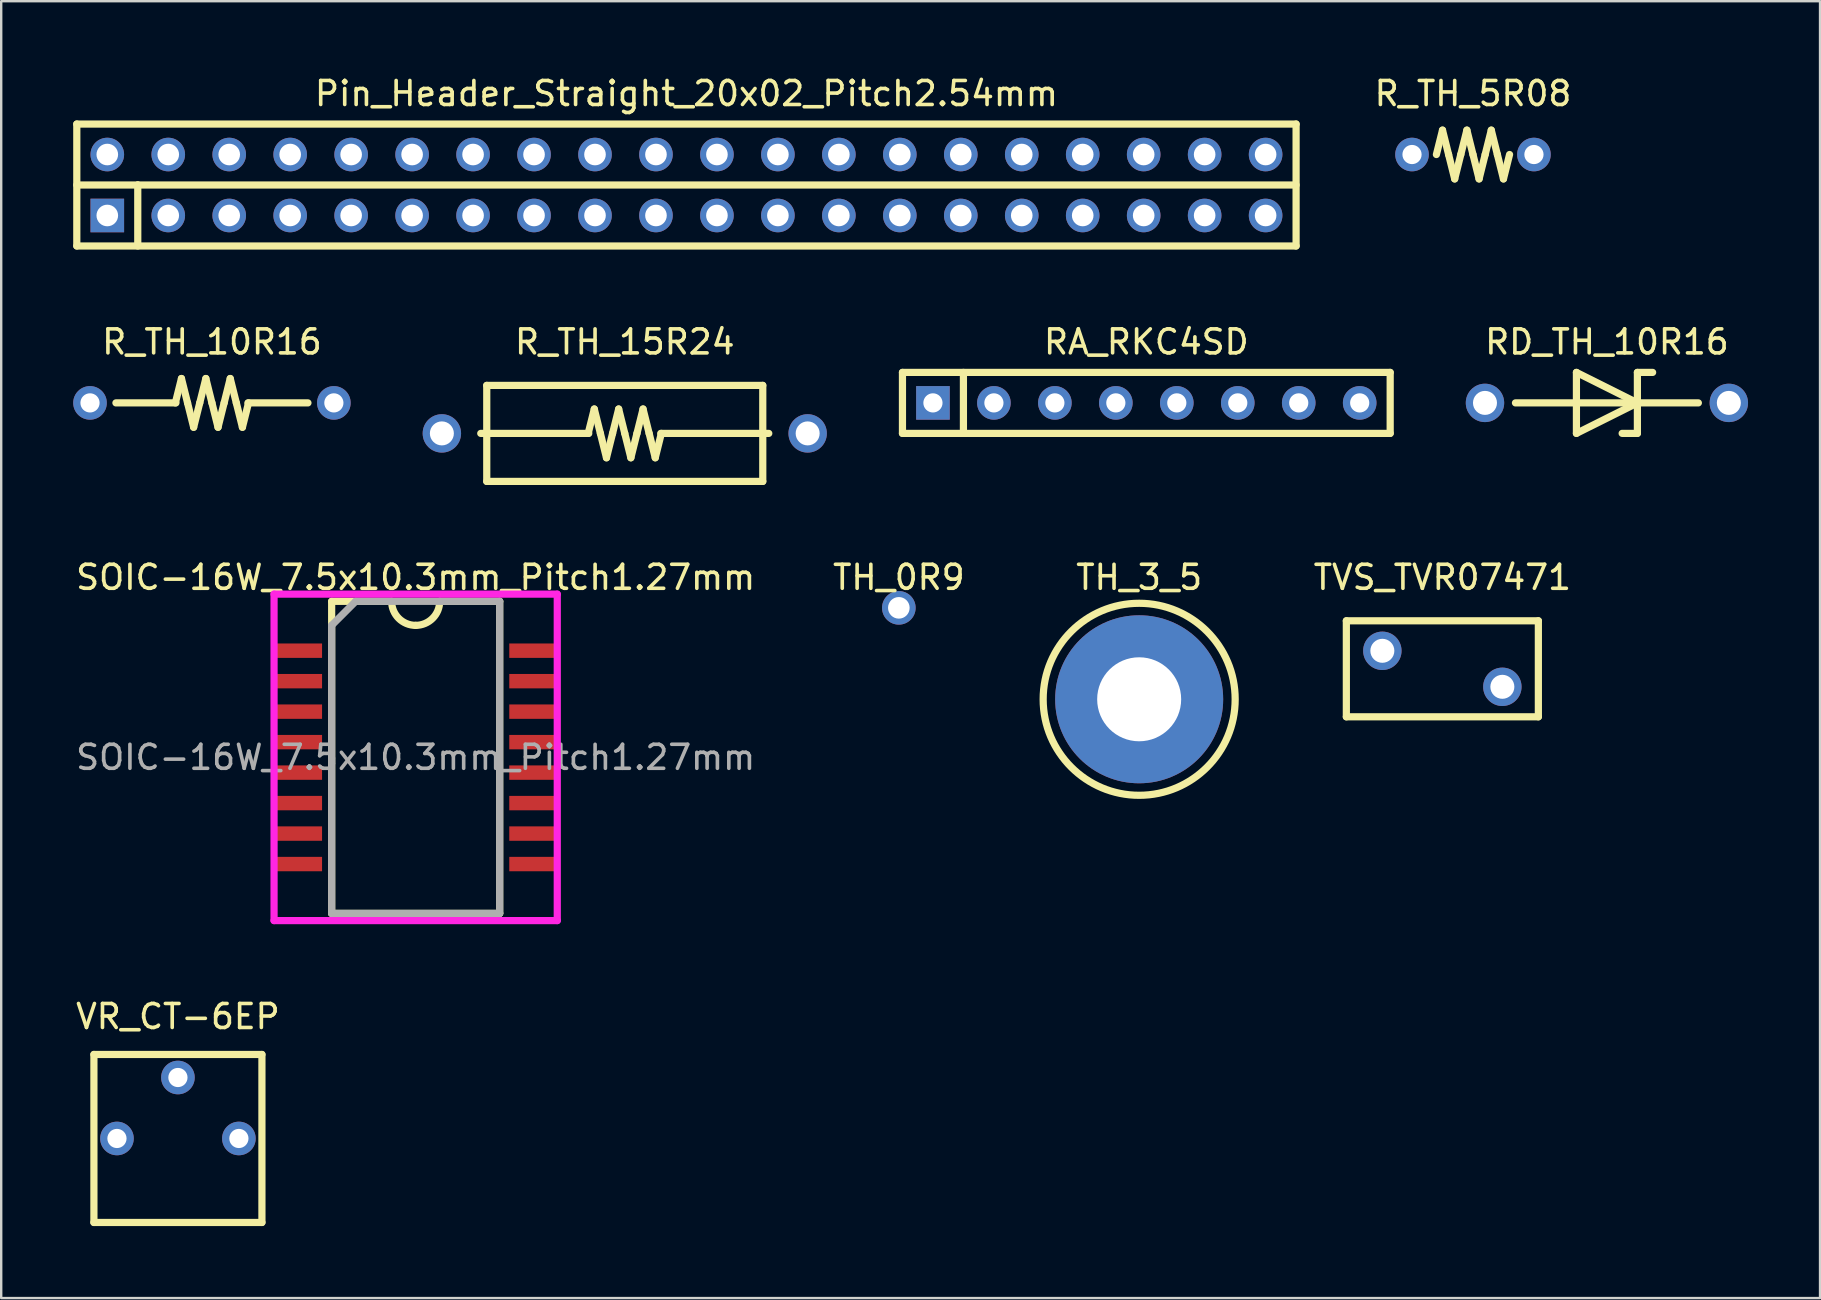
<source format=kicad_pcb>
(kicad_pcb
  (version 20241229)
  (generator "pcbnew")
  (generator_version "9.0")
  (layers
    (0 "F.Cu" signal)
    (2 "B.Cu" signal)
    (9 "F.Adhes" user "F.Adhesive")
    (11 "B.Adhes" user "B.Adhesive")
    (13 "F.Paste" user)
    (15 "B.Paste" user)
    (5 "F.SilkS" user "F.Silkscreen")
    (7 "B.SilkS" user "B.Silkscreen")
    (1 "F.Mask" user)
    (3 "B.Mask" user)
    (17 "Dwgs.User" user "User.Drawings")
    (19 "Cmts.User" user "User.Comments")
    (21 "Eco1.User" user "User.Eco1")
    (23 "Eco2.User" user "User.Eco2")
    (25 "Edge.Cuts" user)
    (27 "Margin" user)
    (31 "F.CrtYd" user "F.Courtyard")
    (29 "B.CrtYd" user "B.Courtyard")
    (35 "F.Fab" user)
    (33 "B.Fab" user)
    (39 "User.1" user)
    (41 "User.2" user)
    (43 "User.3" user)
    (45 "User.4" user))
  (footprint "R_TH_10R16"
    (layer "F.Cu")
    (at 5.78 13.736)
    (property "Reference" "R_TH_10R16" (at 0 -2.54 0) (layer "F.SilkS") (effects (font (size 1 1) (thickness 0.15))))
    (attr through_hole)
    (fp_line (start -1.524 0) (end -1.27 -1.016) (stroke (width 0.3) (type solid)) (layer "F.SilkS"))
    (fp_line (start -1.5 0) (end -4 0) (stroke (width 0.3) (type solid)) (layer "F.SilkS"))
    (fp_line (start -1.27 -1.016) (end -1.016 0) (stroke (width 0.3) (type solid)) (layer "F.SilkS"))
    (fp_line (start -1.016 0) (end -0.762 1.016) (stroke (width 0.3) (type solid)) (layer "F.SilkS"))
    (fp_line (start -0.762 1.016) (end -0.508 0) (stroke (width 0.3) (type solid)) (layer "F.SilkS"))
    (fp_line (start -0.508 0) (end -0.254 -1.016) (stroke (width 0.3) (type solid)) (layer "F.SilkS"))
    (fp_line (start -0.254 -1.016) (end 0 0) (stroke (width 0.3) (type solid)) (layer "F.SilkS"))
    (fp_line (start 0 0) (end 0.254 1.016) (stroke (width 0.3) (type solid)) (layer "F.SilkS"))
    (fp_line (start 0.254 1.016) (end 0.508 0) (stroke (width 0.3) (type solid)) (layer "F.SilkS"))
    (fp_line (start 0.508 0) (end 0.762 -1.016) (stroke (width 0.3) (type solid)) (layer "F.SilkS"))
    (fp_line (start 0.762 -1.016) (end 1.016 0) (stroke (width 0.3) (type solid)) (layer "F.SilkS"))
    (fp_line (start 1.016 0) (end 1.27 1.016) (stroke (width 0.3) (type solid)) (layer "F.SilkS"))
    (fp_line (start 1.27 1.016) (end 1.524 0) (stroke (width 0.3) (type solid)) (layer "F.SilkS"))
    (fp_line (start 4 0) (end 1.5 0) (stroke (width 0.3) (type solid)) (layer "F.SilkS"))
    (pad "1" thru_hole circle (at -5.08 0) (size 1.4 1.4) (drill 0.8) (layers "*.Cu" "*.Mask"))
    (pad "2" thru_hole circle (at 5.08 0) (size 1.4 1.4) (drill 0.8) (layers "*.Cu" "*.Mask")))
  (footprint "R_TH_15R24"
    (layer "F.Cu")
    (at 22.98 15.007)
    (property "Reference" "R_TH_15R24" (at 0 -3.81 0) (layer "F.SilkS") (effects (font (size 1 1) (thickness 0.15))))
    (attr through_hole)
    (fp_line (start -5.75 -2) (end -5.75 2) (stroke (width 0.3) (type solid)) (layer "F.SilkS"))
    (fp_line (start -5.75 2) (end 5.75 2) (stroke (width 0.3) (type solid)) (layer "F.SilkS"))
    (fp_line (start -1.524 0) (end -1.27 -1.016) (stroke (width 0.3) (type solid)) (layer "F.SilkS"))
    (fp_line (start -1.5 0) (end -6 0) (stroke (width 0.3) (type solid)) (layer "F.SilkS"))
    (fp_line (start -1.27 -1.016) (end -1.016 0) (stroke (width 0.3) (type solid)) (layer "F.SilkS"))
    (fp_line (start -1.016 0) (end -0.762 1.016) (stroke (width 0.3) (type solid)) (layer "F.SilkS"))
    (fp_line (start -0.762 1.016) (end -0.508 0) (stroke (width 0.3) (type solid)) (layer "F.SilkS"))
    (fp_line (start -0.508 0) (end -0.254 -1.016) (stroke (width 0.3) (type solid)) (layer "F.SilkS"))
    (fp_line (start -0.254 -1.016) (end 0 0) (stroke (width 0.3) (type solid)) (layer "F.SilkS"))
    (fp_line (start 0 0) (end 0.254 1.016) (stroke (width 0.3) (type solid)) (layer "F.SilkS"))
    (fp_line (start 0.254 1.016) (end 0.508 0) (stroke (width 0.3) (type solid)) (layer "F.SilkS"))
    (fp_line (start 0.508 0) (end 0.762 -1.016) (stroke (width 0.3) (type solid)) (layer "F.SilkS"))
    (fp_line (start 0.762 -1.016) (end 1.016 0) (stroke (width 0.3) (type solid)) (layer "F.SilkS"))
    (fp_line (start 1.016 0) (end 1.27 1.016) (stroke (width 0.3) (type solid)) (layer "F.SilkS"))
    (fp_line (start 1.27 1.016) (end 1.524 0) (stroke (width 0.3) (type solid)) (layer "F.SilkS"))
    (fp_line (start 5.75 -2) (end -5.75 -2) (stroke (width 0.3) (type solid)) (layer "F.SilkS"))
    (fp_line (start 5.75 2) (end 5.75 -2) (stroke (width 0.3) (type solid)) (layer "F.SilkS"))
    (fp_line (start 6 0) (end 1.5 0) (stroke (width 0.3) (type solid)) (layer "F.SilkS"))
    (pad "1" thru_hole circle (at -7.62 0) (size 1.6 1.6) (drill 1) (layers "*.Cu" "*.Mask"))
    (pad "2" thru_hole circle (at 7.62 0) (size 1.6 1.6) (drill 1) (layers "*.Cu" "*.Mask")))
  (footprint "RD_TH_10R16"
    (layer "F.Cu")
    (at 63.9 13.736)
    (property "Reference" "RD_TH_10R16" (at 0 -2.54 0) (layer "F.SilkS") (effects (font (size 1 1) (thickness 0.15))))
    (attr through_hole)
    (fp_line (start -3.81 0) (end 3.81 0) (stroke (width 0.3) (type solid)) (layer "F.SilkS"))
    (fp_line (start -1.27 -1.27) (end -1.27 1.27) (stroke (width 0.3) (type solid)) (layer "F.SilkS"))
    (fp_line (start -1.27 1.27) (end 1.27 0) (stroke (width 0.3) (type solid)) (layer "F.SilkS"))
    (fp_line (start 1.27 -1.27) (end 1.905 -1.27) (stroke (width 0.3) (type solid)) (layer "F.SilkS"))
    (fp_line (start 1.27 0) (end -1.27 -1.27) (stroke (width 0.3) (type solid)) (layer "F.SilkS"))
    (fp_line (start 1.27 1.27) (end 0.635 1.27) (stroke (width 0.3) (type solid)) (layer "F.SilkS"))
    (fp_line (start 1.27 1.27) (end 1.27 -1.27) (stroke (width 0.3) (type solid)) (layer "F.SilkS"))
    (pad "1" thru_hole circle (at -5.08 0) (size 1.6 1.6) (drill 1) (layers "*.Cu" "*.Mask"))
    (pad "2" thru_hole circle (at 5.08 0) (size 1.6 1.6) (drill 1) (layers "*.Cu" "*.Mask")))
  (footprint "VR_CT-6EP"
    (layer "F.Cu")
    (at 4.363 44.383)
    (property "Reference" "VR_CT-6EP" (at 0 -5.08 0) (layer "F.SilkS") (effects (font (size 1 1) (thickness 0.15))))
    (attr through_hole)
    (fp_line (start -3.5 -3.5) (end -3.5 3.5) (stroke (width 0.3) (type solid)) (layer "F.SilkS"))
    (fp_line (start -3.5 3.5) (end 3.5 3.5) (stroke (width 0.3) (type solid)) (layer "F.SilkS"))
    (fp_line (start 3.5 -3.5) (end -3.5 -3.5) (stroke (width 0.3) (type solid)) (layer "F.SilkS"))
    (fp_line (start 3.5 3.5) (end 3.5 -3.5) (stroke (width 0.3) (type solid)) (layer "F.SilkS"))
    (pad "1" thru_hole circle (at -2.54 0) (size 1.4 1.4) (drill 0.8) (layers "*.Cu" "*.Mask"))
    (pad "2" thru_hole circle (at 0 -2.54) (size 1.4 1.4) (drill 0.8) (layers "*.Cu" "*.Mask"))
    (pad "3" thru_hole circle (at 2.54 0) (size 1.4 1.4) (drill 0.8) (layers "*.Cu" "*.Mask")))
  (footprint "TH_0R9"
    (layer "F.Cu")
    (at 34.399 22.275)
    (property "Reference" "TH_0R9" (at 0 -1.27 0) (layer "F.SilkS") (effects (font (size 1 1) (thickness 0.15))))
    (attr through_hole)
    (pad "1" thru_hole circle (at 0 0) (size 1.4 1.4) (drill 0.9) (layers "*.Cu" "*.Mask")))
  (footprint "R_TH_5R08"
    (layer "F.Cu")
    (at 58.32 3.388)
    (property "Reference" "R_TH_5R08" (at 0 -2.54 0) (layer "F.SilkS") (effects (font (size 1 1) (thickness 0.15))))
    (attr through_hole)
    (fp_line (start -1.524 0) (end -1.27 -1.016) (stroke (width 0.3) (type solid)) (layer "F.SilkS"))
    (fp_line (start -1.27 -1.016) (end -1.016 0) (stroke (width 0.3) (type solid)) (layer "F.SilkS"))
    (fp_line (start -1.016 0) (end -0.762 1.016) (stroke (width 0.3) (type solid)) (layer "F.SilkS"))
    (fp_line (start -0.762 1.016) (end -0.508 0) (stroke (width 0.3) (type solid)) (layer "F.SilkS"))
    (fp_line (start -0.508 0) (end -0.254 -1.016) (stroke (width 0.3) (type solid)) (layer "F.SilkS"))
    (fp_line (start -0.254 -1.016) (end 0 0) (stroke (width 0.3) (type solid)) (layer "F.SilkS"))
    (fp_line (start 0 0) (end 0.254 1.016) (stroke (width 0.3) (type solid)) (layer "F.SilkS"))
    (fp_line (start 0.254 1.016) (end 0.508 0) (stroke (width 0.3) (type solid)) (layer "F.SilkS"))
    (fp_line (start 0.508 0) (end 0.762 -1.016) (stroke (width 0.3) (type solid)) (layer "F.SilkS"))
    (fp_line (start 0.762 -1.016) (end 1.016 0) (stroke (width 0.3) (type solid)) (layer "F.SilkS"))
    (fp_line (start 1.016 0) (end 1.27 1.016) (stroke (width 0.3) (type solid)) (layer "F.SilkS"))
    (fp_line (start 1.27 1.016) (end 1.524 0) (stroke (width 0.3) (type solid)) (layer "F.SilkS"))
    (pad "1" thru_hole circle (at -2.54 0) (size 1.4 1.4) (drill 0.8) (layers "*.Cu" "*.Mask"))
    (pad "2" thru_hole circle (at 2.54 0) (size 1.4 1.4) (drill 0.8) (layers "*.Cu" "*.Mask")))
  (footprint "SOIC-16W_7.5x10.3mm_Pitch1.27mm"
    (layer "F.Cu")
    (at 14.268 28.505)
    (property "Reference" "SOIC-16W_7.5x10.3mm_Pitch1.27mm" (at 0 -7.5 0) (layer "F.SilkS") (effects (font (size 1 1) (thickness 0.15))))
    (attr smd)
    (fp_line (start -3.5 -6.5) (end -3.5 6.5) (stroke (width 0.3) (type solid)) (layer "F.SilkS"))
    (fp_line (start -3.5 6.5) (end 3.5 6.5) (stroke (width 0.3) (type solid)) (layer "F.SilkS"))
    (fp_line (start -1 -6.5) (end -3.5 -6.5) (stroke (width 0.3) (type solid)) (layer "F.SilkS"))
    (fp_line (start 3.5 -6.5) (end 1 -6.5) (stroke (width 0.3) (type solid)) (layer "F.SilkS"))
    (fp_line (start 3.5 6.5) (end 3.5 -6.5) (stroke (width 0.3) (type solid)) (layer "F.SilkS"))
    (fp_arc (start 0 -5.5) (mid -0.707107 -5.792893) (end -1 -6.5) (stroke (width 0.3) (type solid)) (layer "F.SilkS"))
    (fp_arc (start 1 -6.5) (mid 0.707107 -5.792893) (end 0 -5.5) (stroke (width 0.3) (type solid)) (layer "F.SilkS"))
    (fp_line (start -5.9 -6.8) (end -5.9 6.8) (stroke (width 0.3) (type solid)) (layer "F.CrtYd"))
    (fp_line (start -5.9 -6.8) (end 5.9 -6.8) (stroke (width 0.3) (type solid)) (layer "F.CrtYd"))
    (fp_line (start -5.9 6.8) (end 5.9 6.8) (stroke (width 0.3) (type solid)) (layer "F.CrtYd"))
    (fp_line (start 5.9 -6.8) (end 5.9 6.8) (stroke (width 0.3) (type solid)) (layer "F.CrtYd"))
    (fp_line (start -3.5 -5.5) (end -2.5 -6.5) (stroke (width 0.3) (type solid)) (layer "F.Fab"))
    (fp_line (start -3.5 6.5) (end -3.5 -5.5) (stroke (width 0.3) (type solid)) (layer "F.Fab"))
    (fp_line (start -2.5 -6.5) (end 3.5 -6.5) (stroke (width 0.3) (type solid)) (layer "F.Fab"))
    (fp_line (start 3.5 -6.5) (end 3.5 6.5) (stroke (width 0.3) (type solid)) (layer "F.Fab"))
    (fp_line (start 3.5 6.5) (end -3.5 6.5) (stroke (width 0.3) (type solid)) (layer "F.Fab"))
    (fp_text user "${REFERENCE}" (at 0 0 0) (layer "F.Fab") (effects (font (size 1 1) (thickness 0.15))))
    (pad "1" smd rect (at -4.9 -4.445) (size 2 0.6) (layers "F.Cu" "F.Mask" "F.Paste"))
    (pad "2" smd rect (at -4.9 -3.175) (size 2 0.6) (layers "F.Cu" "F.Mask" "F.Paste"))
    (pad "3" smd rect (at -4.9 -1.905) (size 2 0.6) (layers "F.Cu" "F.Mask" "F.Paste"))
    (pad "4" smd rect (at -4.9 -0.635) (size 2 0.6) (layers "F.Cu" "F.Mask" "F.Paste"))
    (pad "5" smd rect (at -4.9 0.635) (size 2 0.6) (layers "F.Cu" "F.Mask" "F.Paste"))
    (pad "6" smd rect (at -4.9 1.905) (size 2 0.6) (layers "F.Cu" "F.Mask" "F.Paste"))
    (pad "7" smd rect (at -4.9 3.175) (size 2 0.6) (layers "F.Cu" "F.Mask" "F.Paste"))
    (pad "8" smd rect (at -4.9 4.445) (size 2 0.6) (layers "F.Cu" "F.Mask" "F.Paste"))
    (pad "9" smd rect (at 4.9 4.445) (size 2 0.6) (layers "F.Cu" "F.Mask" "F.Paste"))
    (pad "10" smd rect (at 4.9 3.175) (size 2 0.6) (layers "F.Cu" "F.Mask" "F.Paste"))
    (pad "11" smd rect (at 4.9 1.905) (size 2 0.6) (layers "F.Cu" "F.Mask" "F.Paste"))
    (pad "12" smd rect (at 4.9 0.635) (size 2 0.6) (layers "F.Cu" "F.Mask" "F.Paste"))
    (pad "13" smd rect (at 4.9 -0.635) (size 2 0.6) (layers "F.Cu" "F.Mask" "F.Paste"))
    (pad "14" smd rect (at 4.9 -1.905) (size 2 0.6) (layers "F.Cu" "F.Mask" "F.Paste"))
    (pad "15" smd rect (at 4.9 -3.175) (size 2 0.6) (layers "F.Cu" "F.Mask" "F.Paste"))
    (pad "16" smd rect (at 4.9 -4.445) (size 2 0.6) (layers "F.Cu" "F.Mask" "F.Paste")))
  (footprint "TVS_TVR07471"
    (layer "F.Cu")
    (at 57.044 24.815)
    (property "Reference" "TVS_TVR07471" (at 0 -3.81 0) (layer "F.SilkS") (effects (font (size 1 1) (thickness 0.15))))
    (attr through_hole)
    (fp_line (start -4 -2) (end -4 2) (stroke (width 0.3) (type solid)) (layer "F.SilkS"))
    (fp_line (start -4 2) (end 4 2) (stroke (width 0.3) (type solid)) (layer "F.SilkS"))
    (fp_line (start 4 -2) (end -4 -2) (stroke (width 0.3) (type solid)) (layer "F.SilkS"))
    (fp_line (start 4 2) (end 4 -2) (stroke (width 0.3) (type solid)) (layer "F.SilkS"))
    (pad "1" thru_hole circle (at -2.5 -0.75) (size 1.6 1.6) (drill 1) (layers "*.Cu" "*.Mask"))
    (pad "2" thru_hole circle (at 2.5 0.75) (size 1.6 1.6) (drill 1) (layers "*.Cu" "*.Mask")))
  (footprint "TH_3_5"
    (layer "F.Cu")
    (at 44.412 26.085)
    (property "Reference" "TH_3_5" (at 0 -5.08 0) (layer "F.SilkS") (effects (font (size 1 1) (thickness 0.15))))
    (attr through_hole)
    (fp_circle (center 0 0) (end 4 0) (stroke (width 0.3) (type solid)) (fill no) (layer "F.SilkS"))
    (pad "1" thru_hole circle (at 0 0) (size 7 7) (drill 3.5) (layers "*.Cu" "*.Mask")))
  (footprint "RA_RKC4SD"
    (layer "F.Cu")
    (at 44.71 13.736)
    (property "Reference" "RA_RKC4SD" (at 0 -2.54 0) (layer "F.SilkS") (effects (font (size 1 1) (thickness 0.15))))
    (attr through_hole)
    (fp_line (start -10.16 -1.27) (end -10.16 1.27) (stroke (width 0.3) (type solid)) (layer "F.SilkS"))
    (fp_line (start -10.16 1.27) (end 10.16 1.27) (stroke (width 0.3) (type solid)) (layer "F.SilkS"))
    (fp_line (start -7.62 1.27) (end -7.62 -1.27) (stroke (width 0.3) (type solid)) (layer "F.SilkS"))
    (fp_line (start 10.16 -1.27) (end -10.16 -1.27) (stroke (width 0.3) (type solid)) (layer "F.SilkS"))
    (fp_line (start 10.16 1.27) (end 10.16 -1.27) (stroke (width 0.3) (type solid)) (layer "F.SilkS"))
    (pad "1" thru_hole rect (at -8.89 0) (size 1.4 1.4) (drill 0.8) (layers "*.Cu" "*.Mask"))
    (pad "2" thru_hole circle (at -6.35 0) (size 1.4 1.4) (drill 0.8) (layers "*.Cu" "*.Mask"))
    (pad "3" thru_hole circle (at -3.81 0) (size 1.4 1.4) (drill 0.8) (layers "*.Cu" "*.Mask"))
    (pad "4" thru_hole circle (at -1.27 0) (size 1.4 1.4) (drill 0.8) (layers "*.Cu" "*.Mask"))
    (pad "5" thru_hole circle (at 1.27 0) (size 1.4 1.4) (drill 0.8) (layers "*.Cu" "*.Mask"))
    (pad "6" thru_hole circle (at 3.81 0) (size 1.4 1.4) (drill 0.8) (layers "*.Cu" "*.Mask"))
    (pad "7" thru_hole circle (at 6.35 0) (size 1.4 1.4) (drill 0.8) (layers "*.Cu" "*.Mask"))
    (pad "8" thru_hole circle (at 8.89 0) (size 1.4 1.4) (drill 0.8) (layers "*.Cu" "*.Mask")))
  (footprint "Pin_Header_Straight_20x02_Pitch2.54mm"
    (layer "F.Cu")
    (at 25.55 4.658)
    (property "Reference" "Pin_Header_Straight_20x02_Pitch2.54mm" (at 0 -3.81 0) (layer "F.SilkS") (effects (font (size 1 1) (thickness 0.15))))
    (attr through_hole)
    (fp_line (start -25.4 -2.54) (end -25.4 2.54) (stroke (width 0.3) (type solid)) (layer "F.SilkS"))
    (fp_line (start -25.4 0) (end -22.86 0) (stroke (width 0.3) (type solid)) (layer "F.SilkS"))
    (fp_line (start -25.4 2.54) (end 25.4 2.54) (stroke (width 0.3) (type solid)) (layer "F.SilkS"))
    (fp_line (start -22.86 0) (end -22.86 2.54) (stroke (width 0.3) (type solid)) (layer "F.SilkS"))
    (fp_line (start -22.86 0) (end 25.4 0) (stroke (width 0.3) (type solid)) (layer "F.SilkS"))
    (fp_line (start 25.4 -2.54) (end -25.4 -2.54) (stroke (width 0.3) (type solid)) (layer "F.SilkS"))
    (fp_line (start 25.4 2.54) (end 25.4 -2.54) (stroke (width 0.3) (type solid)) (layer "F.SilkS"))
    (pad "1" thru_hole rect (at -24.13 1.27) (size 1.4 1.4) (drill 0.9) (layers "*.Cu" "*.Mask"))
    (pad "2" thru_hole circle (at -24.13 -1.27) (size 1.4 1.4) (drill 0.9) (layers "*.Cu" "*.Mask"))
    (pad "3" thru_hole circle (at -21.59 1.27) (size 1.4 1.4) (drill 0.9) (layers "*.Cu" "*.Mask"))
    (pad "4" thru_hole circle (at -21.59 -1.27) (size 1.4 1.4) (drill 0.9) (layers "*.Cu" "*.Mask"))
    (pad "5" thru_hole circle (at -19.05 1.27) (size 1.4 1.4) (drill 0.9) (layers "*.Cu" "*.Mask"))
    (pad "6" thru_hole circle (at -19.05 -1.27) (size 1.4 1.4) (drill 0.9) (layers "*.Cu" "*.Mask"))
    (pad "7" thru_hole circle (at -16.51 1.27) (size 1.4 1.4) (drill 0.9) (layers "*.Cu" "*.Mask"))
    (pad "8" thru_hole circle (at -16.51 -1.27) (size 1.4 1.4) (drill 0.9) (layers "*.Cu" "*.Mask"))
    (pad "9" thru_hole circle (at -13.97 1.27) (size 1.4 1.4) (drill 0.9) (layers "*.Cu" "*.Mask"))
    (pad "10" thru_hole circle (at -13.97 -1.27) (size 1.4 1.4) (drill 0.9) (layers "*.Cu" "*.Mask"))
    (pad "11" thru_hole circle (at -11.43 1.27) (size 1.4 1.4) (drill 0.9) (layers "*.Cu" "*.Mask"))
    (pad "12" thru_hole circle (at -11.43 -1.27) (size 1.4 1.4) (drill 0.9) (layers "*.Cu" "*.Mask"))
    (pad "13" thru_hole circle (at -8.89 1.27) (size 1.4 1.4) (drill 0.9) (layers "*.Cu" "*.Mask"))
    (pad "14" thru_hole circle (at -8.89 -1.27) (size 1.4 1.4) (drill 0.9) (layers "*.Cu" "*.Mask"))
    (pad "15" thru_hole circle (at -6.35 1.27) (size 1.4 1.4) (drill 0.9) (layers "*.Cu" "*.Mask"))
    (pad "16" thru_hole circle (at -6.35 -1.27) (size 1.4 1.4) (drill 0.9) (layers "*.Cu" "*.Mask"))
    (pad "17" thru_hole circle (at -3.81 1.27) (size 1.4 1.4) (drill 0.9) (layers "*.Cu" "*.Mask"))
    (pad "18" thru_hole circle (at -3.81 -1.27) (size 1.4 1.4) (drill 0.9) (layers "*.Cu" "*.Mask"))
    (pad "19" thru_hole circle (at -1.27 1.27) (size 1.4 1.4) (drill 0.9) (layers "*.Cu" "*.Mask"))
    (pad "20" thru_hole circle (at -1.27 -1.27) (size 1.4 1.4) (drill 0.9) (layers "*.Cu" "*.Mask"))
    (pad "21" thru_hole circle (at 1.27 1.27) (size 1.4 1.4) (drill 0.9) (layers "*.Cu" "*.Mask"))
    (pad "22" thru_hole circle (at 1.27 -1.27) (size 1.4 1.4) (drill 0.9) (layers "*.Cu" "*.Mask"))
    (pad "23" thru_hole circle (at 3.81 1.27) (size 1.4 1.4) (drill 0.9) (layers "*.Cu" "*.Mask"))
    (pad "24" thru_hole circle (at 3.81 -1.27) (size 1.4 1.4) (drill 0.9) (layers "*.Cu" "*.Mask"))
    (pad "25" thru_hole circle (at 6.35 1.27) (size 1.4 1.4) (drill 0.9) (layers "*.Cu" "*.Mask"))
    (pad "26" thru_hole circle (at 6.35 -1.27) (size 1.4 1.4) (drill 0.9) (layers "*.Cu" "*.Mask"))
    (pad "27" thru_hole circle (at 8.89 1.27) (size 1.4 1.4) (drill 0.9) (layers "*.Cu" "*.Mask"))
    (pad "28" thru_hole circle (at 8.89 -1.27) (size 1.4 1.4) (drill 0.9) (layers "*.Cu" "*.Mask"))
    (pad "29" thru_hole circle (at 11.43 1.27) (size 1.4 1.4) (drill 0.9) (layers "*.Cu" "*.Mask"))
    (pad "30" thru_hole circle (at 11.43 -1.27) (size 1.4 1.4) (drill 0.9) (layers "*.Cu" "*.Mask"))
    (pad "31" thru_hole circle (at 13.97 1.27) (size 1.4 1.4) (drill 0.9) (layers "*.Cu" "*.Mask"))
    (pad "32" thru_hole circle (at 13.97 -1.27) (size 1.4 1.4) (drill 0.9) (layers "*.Cu" "*.Mask"))
    (pad "33" thru_hole circle (at 16.51 1.27) (size 1.4 1.4) (drill 0.9) (layers "*.Cu" "*.Mask"))
    (pad "34" thru_hole circle (at 16.51 -1.27) (size 1.4 1.4) (drill 0.9) (layers "*.Cu" "*.Mask"))
    (pad "35" thru_hole circle (at 19.05 1.27) (size 1.4 1.4) (drill 0.9) (layers "*.Cu" "*.Mask"))
    (pad "36" thru_hole circle (at 19.05 -1.27) (size 1.4 1.4) (drill 0.9) (layers "*.Cu" "*.Mask"))
    (pad "37" thru_hole circle (at 21.59 1.27) (size 1.4 1.4) (drill 0.9) (layers "*.Cu" "*.Mask"))
    (pad "38" thru_hole circle (at 21.59 -1.27) (size 1.4 1.4) (drill 0.9) (layers "*.Cu" "*.Mask"))
    (pad "39" thru_hole circle (at 24.13 1.27) (size 1.4 1.4) (drill 0.9) (layers "*.Cu" "*.Mask"))
    (pad "40" thru_hole circle (at 24.13 -1.27) (size 1.4 1.4) (drill 0.9) (layers "*.Cu" "*.Mask")))
  (gr_rect
    (start -3 -3)
    (end 72.78 51.033)
    (stroke (width 0.1) (type default))
    (fill no)
    (layer "Edge.Cuts")))
</source>
